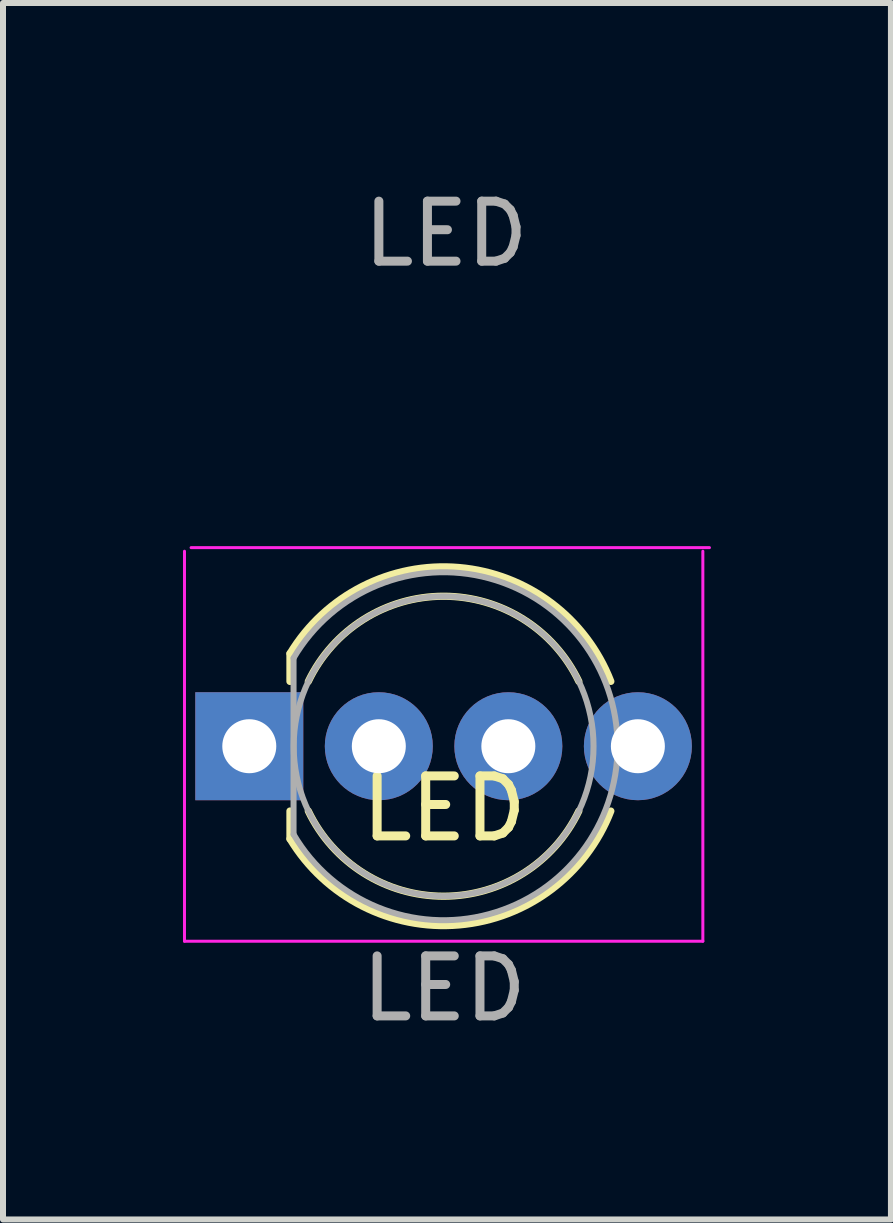
<source format=kicad_pcb>
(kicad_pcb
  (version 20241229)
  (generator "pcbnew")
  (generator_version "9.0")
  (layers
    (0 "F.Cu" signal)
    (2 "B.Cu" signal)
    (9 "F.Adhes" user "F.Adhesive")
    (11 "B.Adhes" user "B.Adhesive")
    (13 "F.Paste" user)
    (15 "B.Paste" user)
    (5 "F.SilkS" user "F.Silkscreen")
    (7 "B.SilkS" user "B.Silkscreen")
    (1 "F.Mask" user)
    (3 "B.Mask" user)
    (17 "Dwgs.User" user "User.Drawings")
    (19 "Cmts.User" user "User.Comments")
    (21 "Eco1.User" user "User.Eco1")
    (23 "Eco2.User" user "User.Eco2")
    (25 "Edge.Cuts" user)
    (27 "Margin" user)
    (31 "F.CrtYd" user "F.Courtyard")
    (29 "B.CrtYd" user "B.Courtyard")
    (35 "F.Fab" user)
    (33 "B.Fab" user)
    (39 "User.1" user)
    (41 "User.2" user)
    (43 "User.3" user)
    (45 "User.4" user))
  (footprint "LED"
    (layer "F.Cu")
    (at 4.405 9.528)
    (property "Reference" "LED" (at -0.05 0.9 0) (unlocked yes) (layer "F.SilkS") (effects (font (size 1 1) (thickness 0.15))))
    (attr smd)
    (fp_line (start -2.622 -1.685) (end -2.622 -1.22) (stroke (width 0.12) (type solid)) (layer "F.SilkS"))
    (fp_line (start -2.622 0.94) (end -2.622 1.405) (stroke (width 0.12) (type solid)) (layer "F.SilkS"))
    (fp_arc (start -2.6215 -1.68483) (mid 0.196956 -3.118809) (end 2.726315 -1.220827) (stroke (width 0.12) (type solid)) (layer "F.SilkS"))
    (fp_arc (start -2.316184 -1.22) (mid -0.061738 -2.64) (end 2.192979 -1.220429) (stroke (width 0.12) (type solid)) (layer "F.SilkS"))
    (fp_arc (start 2.192979 0.940429) (mid -0.061738 2.36) (end -2.316184 0.94) (stroke (width 0.12) (type solid)) (layer "F.SilkS"))
    (fp_arc (start 2.726315 0.940827) (mid 0.196956 2.838808) (end -2.6215 1.40483) (stroke (width 0.12) (type solid)) (layer "F.SilkS"))
    (fp_line (start -4.38 -3.39) (end -4.38 3.11) (stroke (width 0.05) (type solid)) (layer "F.CrtYd"))
    (fp_line (start -4.38 3.11) (end 4.26 3.11) (stroke (width 0.05) (type solid)) (layer "F.CrtYd"))
    (fp_line (start 4.26 3.11) (end 4.26 -3.39) (stroke (width 0.05) (type solid)) (layer "F.CrtYd"))
    (fp_line (start 4.37 -3.45) (end -4.27 -3.45) (stroke (width 0.05) (type solid)) (layer "F.CrtYd"))
    (fp_line (start -2.562 -1.61) (end -2.562 1.33) (stroke (width 0.1) (type solid)) (layer "F.Fab"))
    (fp_arc (start -2.5615 -1.609694) (mid 2.8385 -0.139984) (end -2.561516 1.329666) (stroke (width 0.1) (type solid)) (layer "F.Fab"))
    (fp_circle (center -0.061 -0.14) (end 2.438 -0.14) (stroke (width 0.1) (type solid)) (fill no) (layer "F.Fab"))
    (fp_text user "${REFERENCE}" (at -0.05 3.9 0) (unlocked yes) (layer "F.Fab") (effects (font (size 1 1) (thickness 0.15))))
    (fp_text user "${REFERENCE}" (at -0.021 -8.68 0) (layer "F.Fab") (effects (font (size 1 1) (thickness 0.15))))
    (pad "1" thru_hole rect (at -3.3 -0.14) (size 1.8 1.8) (drill 0.9) (layers "*.Cu" "*.Mask"))
    (pad "2" thru_hole circle (at -1.141 -0.14) (size 1.8 1.8) (drill 0.9) (layers "*.Cu" "*.Mask"))
    (pad "3" thru_hole circle (at 1.018 -0.14) (size 1.8 1.8) (drill 0.9) (layers "*.Cu" "*.Mask"))
    (pad "4" thru_hole circle (at 3.177 -0.14) (size 1.8 1.8) (drill 0.9) (layers "*.Cu" "*.Mask")))
  (gr_rect
    (start -3 -3)
    (end 11.8 17.276)
    (stroke (width 0.1) (type default))
    (fill no)
    (layer "Edge.Cuts")))
</source>
